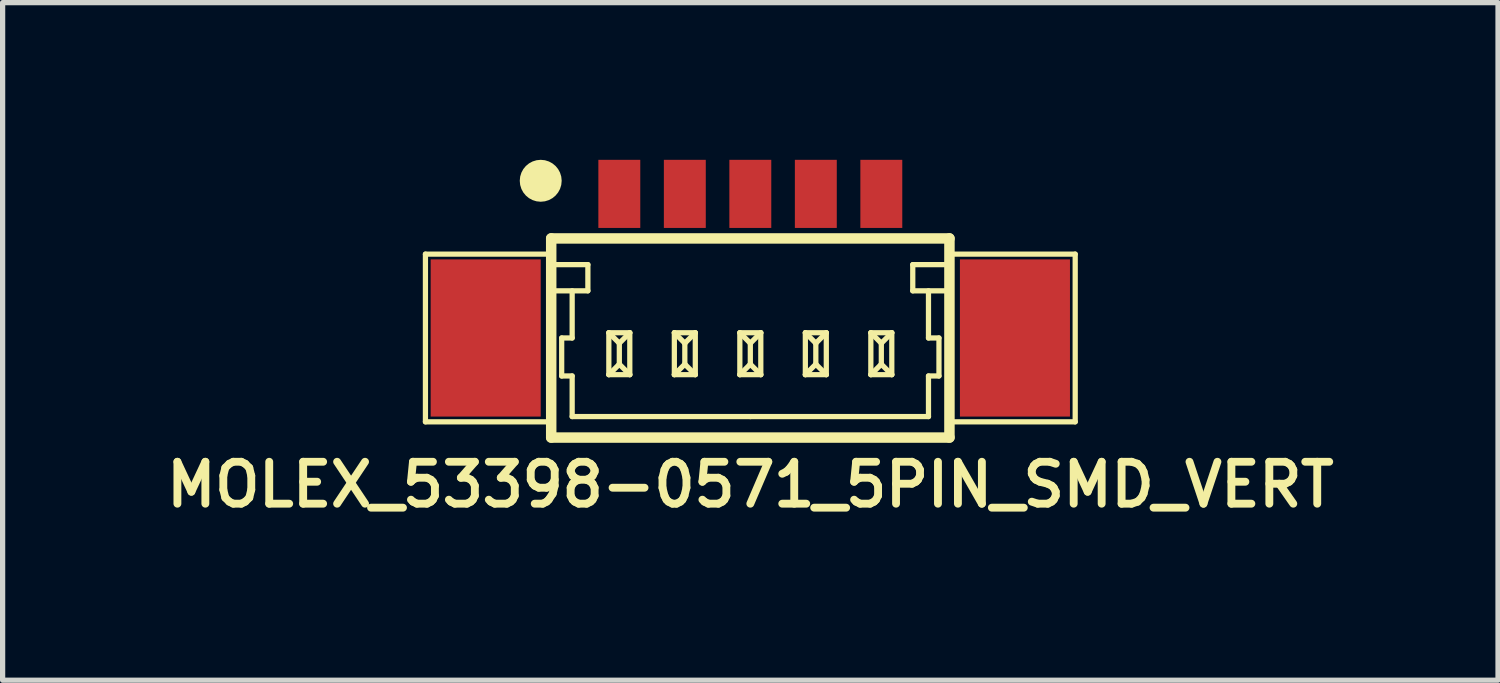
<source format=kicad_pcb>
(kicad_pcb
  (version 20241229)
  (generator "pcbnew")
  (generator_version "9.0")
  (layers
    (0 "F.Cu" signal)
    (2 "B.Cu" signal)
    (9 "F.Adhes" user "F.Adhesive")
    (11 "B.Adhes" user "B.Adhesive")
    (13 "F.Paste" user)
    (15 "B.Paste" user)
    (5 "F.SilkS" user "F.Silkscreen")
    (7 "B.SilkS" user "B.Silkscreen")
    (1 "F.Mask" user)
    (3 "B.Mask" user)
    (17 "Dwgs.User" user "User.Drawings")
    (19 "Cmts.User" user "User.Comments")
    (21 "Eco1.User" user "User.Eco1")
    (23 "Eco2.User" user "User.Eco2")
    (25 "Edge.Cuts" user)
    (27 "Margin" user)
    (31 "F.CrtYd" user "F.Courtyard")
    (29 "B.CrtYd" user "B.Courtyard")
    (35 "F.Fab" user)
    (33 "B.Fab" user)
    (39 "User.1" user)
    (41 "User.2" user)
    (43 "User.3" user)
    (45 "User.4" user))
  (footprint "MOLEX_53398-0571_5PIN_SMD_VERT"
    (layer "F.Cu")
    (at 11.269 3.4)
    (property "Reference" "MOLEX_53398-0571_5PIN_SMD_VERT" (at 0 2.8 0) (layer "F.SilkS") (effects (font (size 0.8 0.8) (thickness 0.15))))
    (attr through_hole)
    (fp_line (start -6.2 -1.6) (end -3.8 -1.6) (stroke (width 0.1) (type solid)) (layer "F.SilkS"))
    (fp_line (start -6.2 1.6) (end -6.2 -1.6) (stroke (width 0.1) (type solid)) (layer "F.SilkS"))
    (fp_line (start -3.8 -1.9) (end -3.8 1.9) (stroke (width 0.2) (type solid)) (layer "F.SilkS"))
    (fp_line (start -3.8 -1.9) (end 3.8 -1.9) (stroke (width 0.2) (type solid)) (layer "F.SilkS"))
    (fp_line (start -3.8 -0.9) (end -3.1 -0.9) (stroke (width 0.1) (type solid)) (layer "F.SilkS"))
    (fp_line (start -3.8 1.6) (end -6.2 1.6) (stroke (width 0.1) (type solid)) (layer "F.SilkS"))
    (fp_line (start -3.8 1.9) (end 3.8 1.9) (stroke (width 0.2) (type solid)) (layer "F.SilkS"))
    (fp_line (start -3.6 0) (end -3.4 0) (stroke (width 0.1) (type solid)) (layer "F.SilkS"))
    (fp_line (start -3.6 0.725) (end -3.6 0) (stroke (width 0.1) (type solid)) (layer "F.SilkS"))
    (fp_line (start -3.4 0) (end -3.4 -0.9) (stroke (width 0.1) (type solid)) (layer "F.SilkS"))
    (fp_line (start -3.4 0.725) (end -3.6 0.725) (stroke (width 0.1) (type solid)) (layer "F.SilkS"))
    (fp_line (start -3.4 1.5) (end -3.4 0.725) (stroke (width 0.1) (type solid)) (layer "F.SilkS"))
    (fp_line (start -3.1 -1.4) (end -3.8 -1.4) (stroke (width 0.1) (type solid)) (layer "F.SilkS"))
    (fp_line (start -3.1 -0.9) (end -3.1 -1.4) (stroke (width 0.1) (type solid)) (layer "F.SilkS"))
    (fp_line (start -2.7 -0.1) (end -2.7 0.7) (stroke (width 0.1) (type solid)) (layer "F.SilkS"))
    (fp_line (start -2.7 -0.1) (end -2.5 0.1) (stroke (width 0.1) (type solid)) (layer "F.SilkS"))
    (fp_line (start -2.7 -0.1) (end -2.3 -0.1) (stroke (width 0.1) (type solid)) (layer "F.SilkS"))
    (fp_line (start -2.7 0.7) (end -2.5 0.5) (stroke (width 0.1) (type solid)) (layer "F.SilkS"))
    (fp_line (start -2.7 0.7) (end -2.3 0.7) (stroke (width 0.1) (type solid)) (layer "F.SilkS"))
    (fp_line (start -2.5 0.1) (end -2.3 -0.1) (stroke (width 0.1) (type solid)) (layer "F.SilkS"))
    (fp_line (start -2.5 0.5) (end -2.5 0.1) (stroke (width 0.1) (type solid)) (layer "F.SilkS"))
    (fp_line (start -2.5 0.5) (end -2.3 0.7) (stroke (width 0.1) (type solid)) (layer "F.SilkS"))
    (fp_line (start -2.3 -0.1) (end -2.3 0.7) (stroke (width 0.1) (type solid)) (layer "F.SilkS"))
    (fp_line (start -1.45 -0.1) (end -1.45 0.7) (stroke (width 0.1) (type solid)) (layer "F.SilkS"))
    (fp_line (start -1.45 -0.1) (end -1.25 0.1) (stroke (width 0.1) (type solid)) (layer "F.SilkS"))
    (fp_line (start -1.45 -0.1) (end -1.05 -0.1) (stroke (width 0.1) (type solid)) (layer "F.SilkS"))
    (fp_line (start -1.45 0.7) (end -1.25 0.5) (stroke (width 0.1) (type solid)) (layer "F.SilkS"))
    (fp_line (start -1.45 0.7) (end -1.05 0.7) (stroke (width 0.1) (type solid)) (layer "F.SilkS"))
    (fp_line (start -1.25 0.1) (end -1.05 -0.1) (stroke (width 0.1) (type solid)) (layer "F.SilkS"))
    (fp_line (start -1.25 0.5) (end -1.25 0.1) (stroke (width 0.1) (type solid)) (layer "F.SilkS"))
    (fp_line (start -1.25 0.5) (end -1.05 0.7) (stroke (width 0.1) (type solid)) (layer "F.SilkS"))
    (fp_line (start -1.05 -0.1) (end -1.05 0.7) (stroke (width 0.1) (type solid)) (layer "F.SilkS"))
    (fp_line (start -0.2 -0.1) (end -0.2 0.7) (stroke (width 0.1) (type solid)) (layer "F.SilkS"))
    (fp_line (start -0.2 -0.1) (end 0 0.1) (stroke (width 0.1) (type solid)) (layer "F.SilkS"))
    (fp_line (start -0.2 -0.1) (end 0.2 -0.1) (stroke (width 0.1) (type solid)) (layer "F.SilkS"))
    (fp_line (start -0.2 0.7) (end 0 0.5) (stroke (width 0.1) (type solid)) (layer "F.SilkS"))
    (fp_line (start -0.2 0.7) (end 0.2 0.7) (stroke (width 0.1) (type solid)) (layer "F.SilkS"))
    (fp_line (start 0 0.1) (end 0.2 -0.1) (stroke (width 0.1) (type solid)) (layer "F.SilkS"))
    (fp_line (start 0 0.5) (end 0 0.1) (stroke (width 0.1) (type solid)) (layer "F.SilkS"))
    (fp_line (start 0 0.5) (end 0.2 0.7) (stroke (width 0.1) (type solid)) (layer "F.SilkS"))
    (fp_line (start 0 1.5) (end -3.4 1.5) (stroke (width 0.1) (type solid)) (layer "F.SilkS"))
    (fp_line (start 0 1.5) (end 3.4 1.5) (stroke (width 0.1) (type solid)) (layer "F.SilkS"))
    (fp_line (start 0.2 -0.1) (end 0.2 0.7) (stroke (width 0.1) (type solid)) (layer "F.SilkS"))
    (fp_line (start 1.05 -0.1) (end 1.05 0.7) (stroke (width 0.1) (type solid)) (layer "F.SilkS"))
    (fp_line (start 1.05 -0.1) (end 1.25 0.1) (stroke (width 0.1) (type solid)) (layer "F.SilkS"))
    (fp_line (start 1.05 -0.1) (end 1.45 -0.1) (stroke (width 0.1) (type solid)) (layer "F.SilkS"))
    (fp_line (start 1.05 0.7) (end 1.25 0.5) (stroke (width 0.1) (type solid)) (layer "F.SilkS"))
    (fp_line (start 1.05 0.7) (end 1.45 0.7) (stroke (width 0.1) (type solid)) (layer "F.SilkS"))
    (fp_line (start 1.25 0.1) (end 1.45 -0.1) (stroke (width 0.1) (type solid)) (layer "F.SilkS"))
    (fp_line (start 1.25 0.5) (end 1.25 0.1) (stroke (width 0.1) (type solid)) (layer "F.SilkS"))
    (fp_line (start 1.25 0.5) (end 1.45 0.7) (stroke (width 0.1) (type solid)) (layer "F.SilkS"))
    (fp_line (start 1.45 -0.1) (end 1.45 0.7) (stroke (width 0.1) (type solid)) (layer "F.SilkS"))
    (fp_line (start 2.3 -0.1) (end 2.3 0.7) (stroke (width 0.1) (type solid)) (layer "F.SilkS"))
    (fp_line (start 2.3 -0.1) (end 2.5 0.1) (stroke (width 0.1) (type solid)) (layer "F.SilkS"))
    (fp_line (start 2.3 -0.1) (end 2.7 -0.1) (stroke (width 0.1) (type solid)) (layer "F.SilkS"))
    (fp_line (start 2.3 0.7) (end 2.5 0.5) (stroke (width 0.1) (type solid)) (layer "F.SilkS"))
    (fp_line (start 2.3 0.7) (end 2.7 0.7) (stroke (width 0.1) (type solid)) (layer "F.SilkS"))
    (fp_line (start 2.5 0.1) (end 2.7 -0.1) (stroke (width 0.1) (type solid)) (layer "F.SilkS"))
    (fp_line (start 2.5 0.5) (end 2.5 0.1) (stroke (width 0.1) (type solid)) (layer "F.SilkS"))
    (fp_line (start 2.5 0.5) (end 2.7 0.7) (stroke (width 0.1) (type solid)) (layer "F.SilkS"))
    (fp_line (start 2.7 -0.1) (end 2.7 0.7) (stroke (width 0.1) (type solid)) (layer "F.SilkS"))
    (fp_line (start 3.1 -1.4) (end 3.8 -1.4) (stroke (width 0.1) (type solid)) (layer "F.SilkS"))
    (fp_line (start 3.1 -0.9) (end 3.1 -1.4) (stroke (width 0.1) (type solid)) (layer "F.SilkS"))
    (fp_line (start 3.4 0) (end 3.4 -0.9) (stroke (width 0.1) (type solid)) (layer "F.SilkS"))
    (fp_line (start 3.4 0.725) (end 3.6 0.725) (stroke (width 0.1) (type solid)) (layer "F.SilkS"))
    (fp_line (start 3.4 1.5) (end 3.4 0.725) (stroke (width 0.1) (type solid)) (layer "F.SilkS"))
    (fp_line (start 3.6 0) (end 3.4 0) (stroke (width 0.1) (type solid)) (layer "F.SilkS"))
    (fp_line (start 3.6 0.725) (end 3.6 0) (stroke (width 0.1) (type solid)) (layer "F.SilkS"))
    (fp_line (start 3.8 -1.9) (end 3.8 1.9) (stroke (width 0.2) (type solid)) (layer "F.SilkS"))
    (fp_line (start 3.8 -0.9) (end 3.1 -0.9) (stroke (width 0.1) (type solid)) (layer "F.SilkS"))
    (fp_line (start 3.8 1.6) (end 6.2 1.6) (stroke (width 0.1) (type solid)) (layer "F.SilkS"))
    (fp_line (start 6.2 -1.6) (end 3.8 -1.6) (stroke (width 0.1) (type solid)) (layer "F.SilkS"))
    (fp_line (start 6.2 1.6) (end 6.2 -1.6) (stroke (width 0.1) (type solid)) (layer "F.SilkS"))
    (fp_circle (center -4 -3) (end -4 -2.8) (stroke (width 0.4) (type solid)) (fill no) (layer "F.SilkS"))
    (pad "" smd rect (at -5.05 0) (size 2.1 3) (layers "F.Cu" "F.Mask"))
    (pad "" smd rect (at 5.05 0) (size 2.1 3) (layers "F.Cu" "F.Mask"))
    (pad "1" smd rect (at -2.5 -2.75) (size 0.8 1.3) (layers "F.Cu" "F.Mask"))
    (pad "2" smd rect (at -1.25 -2.75) (size 0.8 1.3) (layers "F.Cu" "F.Mask"))
    (pad "3" smd rect (at 0 -2.75) (size 0.8 1.3) (layers "F.Cu" "F.Mask"))
    (pad "4" smd rect (at 1.25 -2.75) (size 0.8 1.3) (layers "F.Cu" "F.Mask"))
    (pad "5" smd rect (at 2.5 -2.75) (size 0.8 1.3) (layers "F.Cu" "F.Mask")))
  (gr_rect
    (start -3 -3)
    (end 25.538 9.931)
    (stroke (width 0.1) (type default))
    (fill no)
    (layer "Edge.Cuts")))
</source>
